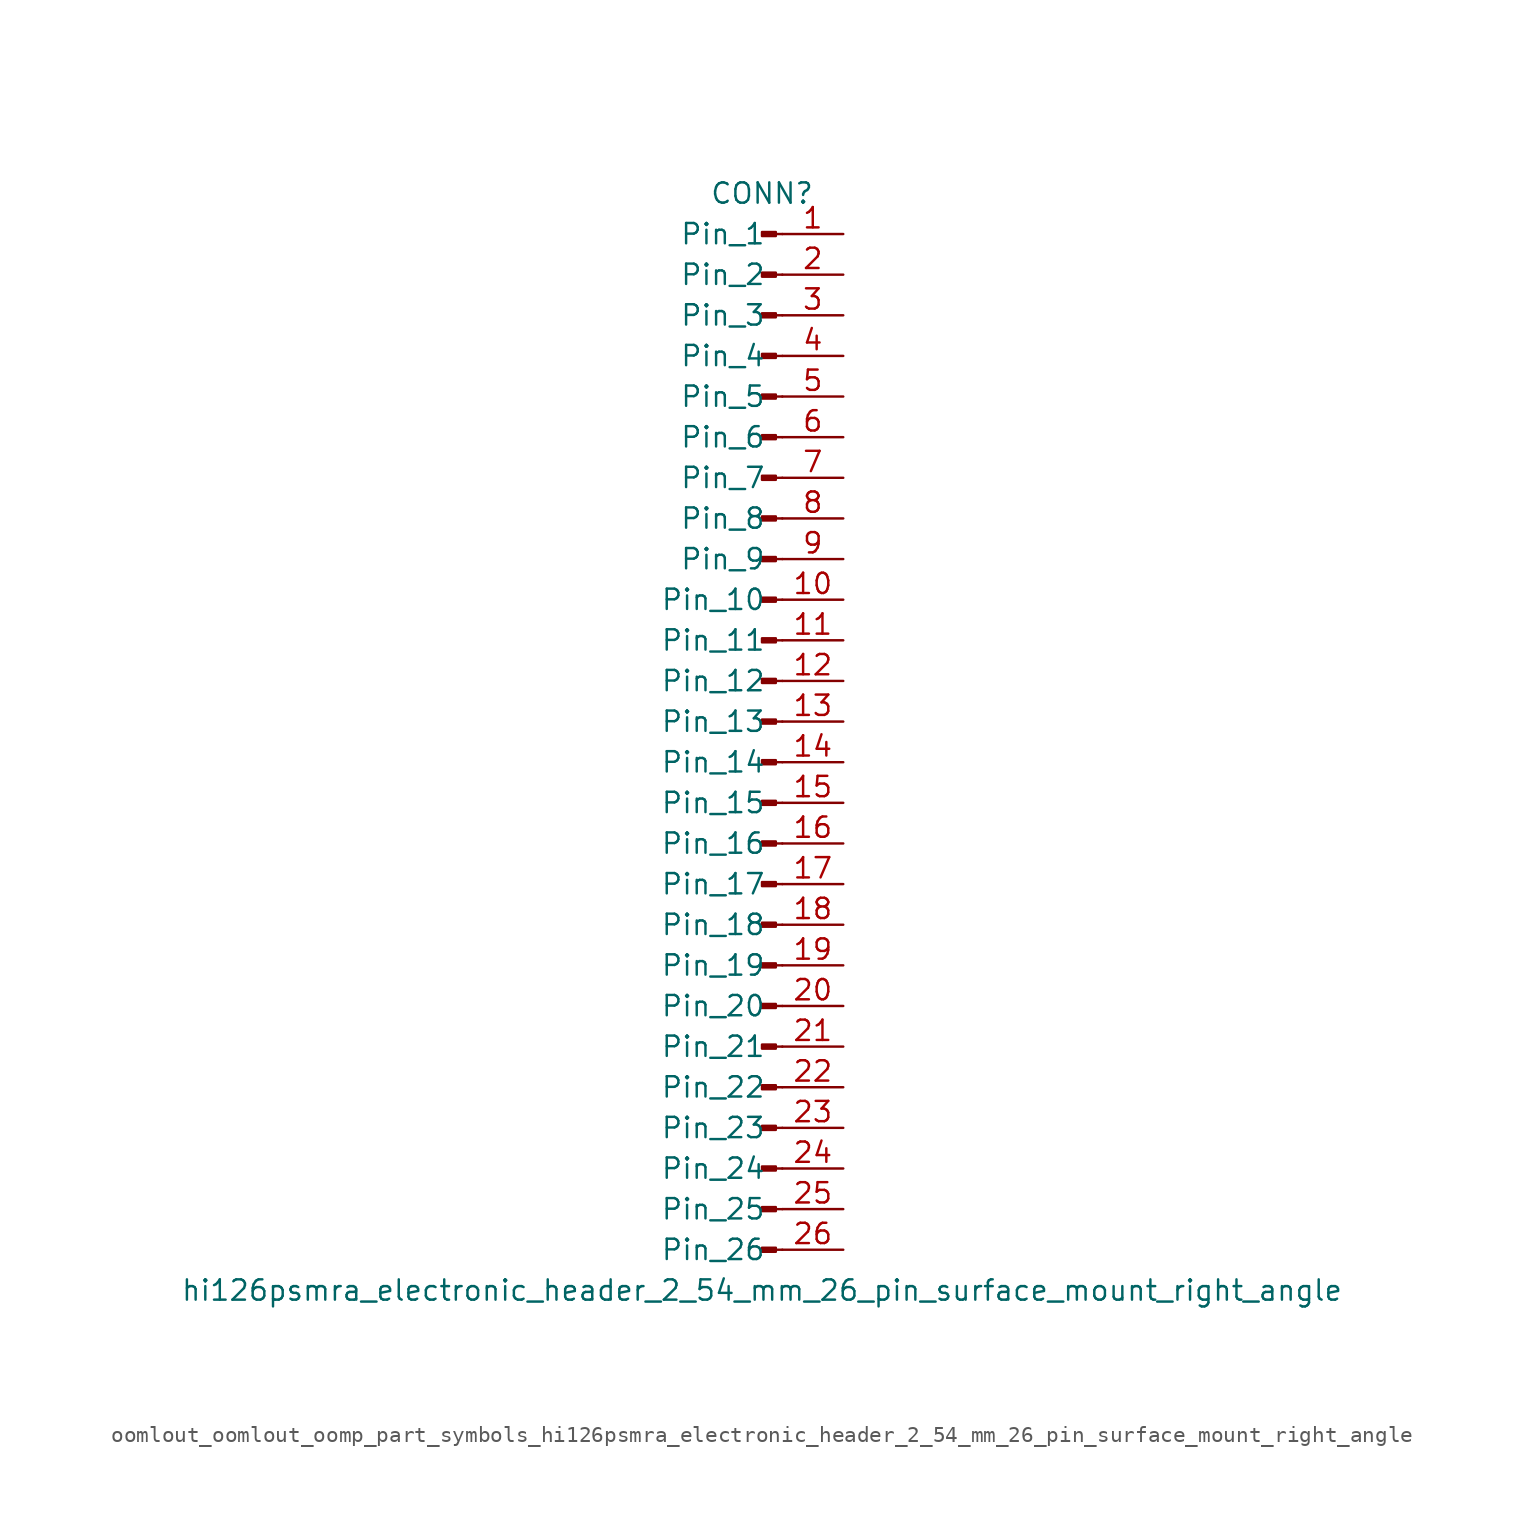
<source format=kicad_sym>
(kicad_symbol_lib
  (version 20220914)
  (generator kicad_symbol_editor)
  (symbol "oomlout_oomlout_oomp_part_symbols_hi126psmra_electronic_header_2_54_mm_26_pin_surface_mount_right_angle"
    (pin_names
      (offset 1.016))
    (property "Reference" "CONN"
      (at 0 33.02 0)
      (effects (font (size 1.27 1.27))))
    (property "Value" "hi126psmra_electronic_header_2_54_mm_26_pin_surface_mount_right_angle"
      (at 0 -35.56 0)
      (effects (font (size 1.27 1.27))))
    (property "ki_locked" ""
      (at 0 0 0)
      (effects (font (size 1.27 1.27))))
    (symbol "oomlout_oomlout_oomp_part_symbols_hi126psmra_electronic_header_2_54_mm_26_pin_surface_mount_right_angle_1_1"
      (polyline (pts (xy 1.27 -33.02) (xy 0.864 -33.02)) (stroke (width 0.152) (type default)) (fill (type none)))
      (polyline (pts (xy 1.27 -30.48) (xy 0.864 -30.48)) (stroke (width 0.152) (type default)) (fill (type none)))
      (polyline (pts (xy 1.27 -27.94) (xy 0.864 -27.94)) (stroke (width 0.152) (type default)) (fill (type none)))
      (polyline (pts (xy 1.27 -25.4) (xy 0.864 -25.4)) (stroke (width 0.152) (type default)) (fill (type none)))
      (polyline (pts (xy 1.27 -22.86) (xy 0.864 -22.86)) (stroke (width 0.152) (type default)) (fill (type none)))
      (polyline (pts (xy 1.27 -20.32) (xy 0.864 -20.32)) (stroke (width 0.152) (type default)) (fill (type none)))
      (polyline (pts (xy 1.27 -17.78) (xy 0.864 -17.78)) (stroke (width 0.152) (type default)) (fill (type none)))
      (polyline (pts (xy 1.27 -15.24) (xy 0.864 -15.24)) (stroke (width 0.152) (type default)) (fill (type none)))
      (polyline (pts (xy 1.27 -12.7) (xy 0.864 -12.7)) (stroke (width 0.152) (type default)) (fill (type none)))
      (polyline (pts (xy 1.27 -10.16) (xy 0.864 -10.16)) (stroke (width 0.152) (type default)) (fill (type none)))
      (polyline (pts (xy 1.27 -7.62) (xy 0.864 -7.62)) (stroke (width 0.152) (type default)) (fill (type none)))
      (polyline (pts (xy 1.27 -5.08) (xy 0.864 -5.08)) (stroke (width 0.152) (type default)) (fill (type none)))
      (polyline (pts (xy 1.27 -2.54) (xy 0.864 -2.54)) (stroke (width 0.152) (type default)) (fill (type none)))
      (polyline (pts (xy 1.27 0) (xy 0.864 0)) (stroke (width 0.152) (type default)) (fill (type none)))
      (polyline (pts (xy 1.27 2.54) (xy 0.864 2.54)) (stroke (width 0.152) (type default)) (fill (type none)))
      (polyline (pts (xy 1.27 5.08) (xy 0.864 5.08)) (stroke (width 0.152) (type default)) (fill (type none)))
      (polyline (pts (xy 1.27 7.62) (xy 0.864 7.62)) (stroke (width 0.152) (type default)) (fill (type none)))
      (polyline (pts (xy 1.27 10.16) (xy 0.864 10.16)) (stroke (width 0.152) (type default)) (fill (type none)))
      (polyline (pts (xy 1.27 12.7) (xy 0.864 12.7)) (stroke (width 0.152) (type default)) (fill (type none)))
      (polyline (pts (xy 1.27 15.24) (xy 0.864 15.24)) (stroke (width 0.152) (type default)) (fill (type none)))
      (polyline (pts (xy 1.27 17.78) (xy 0.864 17.78)) (stroke (width 0.152) (type default)) (fill (type none)))
      (polyline (pts (xy 1.27 20.32) (xy 0.864 20.32)) (stroke (width 0.152) (type default)) (fill (type none)))
      (polyline (pts (xy 1.27 22.86) (xy 0.864 22.86)) (stroke (width 0.152) (type default)) (fill (type none)))
      (polyline (pts (xy 1.27 25.4) (xy 0.864 25.4)) (stroke (width 0.152) (type default)) (fill (type none)))
      (polyline (pts (xy 1.27 27.94) (xy 0.864 27.94)) (stroke (width 0.152) (type default)) (fill (type none)))
      (polyline (pts (xy 1.27 30.48) (xy 0.864 30.48)) (stroke (width 0.152) (type default)) (fill (type none)))
      (rectangle (start 0.864 -32.893) (end 0 -33.147) (stroke (width 0.152) (type default)) (fill (type outline)))
      (rectangle (start 0.864 -30.353) (end 0 -30.607) (stroke (width 0.152) (type default)) (fill (type outline)))
      (rectangle (start 0.864 -27.813) (end 0 -28.067) (stroke (width 0.152) (type default)) (fill (type outline)))
      (rectangle (start 0.864 -25.273) (end 0 -25.527) (stroke (width 0.152) (type default)) (fill (type outline)))
      (rectangle (start 0.864 -22.733) (end 0 -22.987) (stroke (width 0.152) (type default)) (fill (type outline)))
      (rectangle (start 0.864 -20.193) (end 0 -20.447) (stroke (width 0.152) (type default)) (fill (type outline)))
      (rectangle (start 0.864 -17.653) (end 0 -17.907) (stroke (width 0.152) (type default)) (fill (type outline)))
      (rectangle (start 0.864 -15.113) (end 0 -15.367) (stroke (width 0.152) (type default)) (fill (type outline)))
      (rectangle (start 0.864 -12.573) (end 0 -12.827) (stroke (width 0.152) (type default)) (fill (type outline)))
      (rectangle (start 0.864 -10.033) (end 0 -10.287) (stroke (width 0.152) (type default)) (fill (type outline)))
      (rectangle (start 0.864 -7.493) (end 0 -7.747) (stroke (width 0.152) (type default)) (fill (type outline)))
      (rectangle (start 0.864 -4.953) (end 0 -5.207) (stroke (width 0.152) (type default)) (fill (type outline)))
      (rectangle (start 0.864 -2.413) (end 0 -2.667) (stroke (width 0.152) (type default)) (fill (type outline)))
      (rectangle (start 0.864 0.127) (end 0 -0.127) (stroke (width 0.152) (type default)) (fill (type outline)))
      (rectangle (start 0.864 2.667) (end 0 2.413) (stroke (width 0.152) (type default)) (fill (type outline)))
      (rectangle (start 0.864 5.207) (end 0 4.953) (stroke (width 0.152) (type default)) (fill (type outline)))
      (rectangle (start 0.864 7.747) (end 0 7.493) (stroke (width 0.152) (type default)) (fill (type outline)))
      (rectangle (start 0.864 10.287) (end 0 10.033) (stroke (width 0.152) (type default)) (fill (type outline)))
      (rectangle (start 0.864 12.827) (end 0 12.573) (stroke (width 0.152) (type default)) (fill (type outline)))
      (rectangle (start 0.864 15.367) (end 0 15.113) (stroke (width 0.152) (type default)) (fill (type outline)))
      (rectangle (start 0.864 17.907) (end 0 17.653) (stroke (width 0.152) (type default)) (fill (type outline)))
      (rectangle (start 0.864 20.447) (end 0 20.193) (stroke (width 0.152) (type default)) (fill (type outline)))
      (rectangle (start 0.864 22.987) (end 0 22.733) (stroke (width 0.152) (type default)) (fill (type outline)))
      (rectangle (start 0.864 25.527) (end 0 25.273) (stroke (width 0.152) (type default)) (fill (type outline)))
      (rectangle (start 0.864 28.067) (end 0 27.813) (stroke (width 0.152) (type default)) (fill (type outline)))
      (rectangle (start 0.864 30.607) (end 0 30.353) (stroke (width 0.152) (type default)) (fill (type outline)))
      (pin passive line (at 5.08 30.48 180) (length 3.81) (name "Pin_1" (effects (font (size 1.27 1.27)))) (number "1" (effects (font (size 1.27 1.27)))))
      (pin passive line (at 5.08 7.62 180) (length 3.81) (name "Pin_10" (effects (font (size 1.27 1.27)))) (number "10" (effects (font (size 1.27 1.27)))))
      (pin passive line (at 5.08 5.08 180) (length 3.81) (name "Pin_11" (effects (font (size 1.27 1.27)))) (number "11" (effects (font (size 1.27 1.27)))))
      (pin passive line (at 5.08 2.54 180) (length 3.81) (name "Pin_12" (effects (font (size 1.27 1.27)))) (number "12" (effects (font (size 1.27 1.27)))))
      (pin passive line (at 5.08 0 180) (length 3.81) (name "Pin_13" (effects (font (size 1.27 1.27)))) (number "13" (effects (font (size 1.27 1.27)))))
      (pin passive line (at 5.08 -2.54 180) (length 3.81) (name "Pin_14" (effects (font (size 1.27 1.27)))) (number "14" (effects (font (size 1.27 1.27)))))
      (pin passive line (at 5.08 -5.08 180) (length 3.81) (name "Pin_15" (effects (font (size 1.27 1.27)))) (number "15" (effects (font (size 1.27 1.27)))))
      (pin passive line (at 5.08 -7.62 180) (length 3.81) (name "Pin_16" (effects (font (size 1.27 1.27)))) (number "16" (effects (font (size 1.27 1.27)))))
      (pin passive line (at 5.08 -10.16 180) (length 3.81) (name "Pin_17" (effects (font (size 1.27 1.27)))) (number "17" (effects (font (size 1.27 1.27)))))
      (pin passive line (at 5.08 -12.7 180) (length 3.81) (name "Pin_18" (effects (font (size 1.27 1.27)))) (number "18" (effects (font (size 1.27 1.27)))))
      (pin passive line (at 5.08 -15.24 180) (length 3.81) (name "Pin_19" (effects (font (size 1.27 1.27)))) (number "19" (effects (font (size 1.27 1.27)))))
      (pin passive line (at 5.08 27.94 180) (length 3.81) (name "Pin_2" (effects (font (size 1.27 1.27)))) (number "2" (effects (font (size 1.27 1.27)))))
      (pin passive line (at 5.08 -17.78 180) (length 3.81) (name "Pin_20" (effects (font (size 1.27 1.27)))) (number "20" (effects (font (size 1.27 1.27)))))
      (pin passive line (at 5.08 -20.32 180) (length 3.81) (name "Pin_21" (effects (font (size 1.27 1.27)))) (number "21" (effects (font (size 1.27 1.27)))))
      (pin passive line (at 5.08 -22.86 180) (length 3.81) (name "Pin_22" (effects (font (size 1.27 1.27)))) (number "22" (effects (font (size 1.27 1.27)))))
      (pin passive line (at 5.08 -25.4 180) (length 3.81) (name "Pin_23" (effects (font (size 1.27 1.27)))) (number "23" (effects (font (size 1.27 1.27)))))
      (pin passive line (at 5.08 -27.94 180) (length 3.81) (name "Pin_24" (effects (font (size 1.27 1.27)))) (number "24" (effects (font (size 1.27 1.27)))))
      (pin passive line (at 5.08 -30.48 180) (length 3.81) (name "Pin_25" (effects (font (size 1.27 1.27)))) (number "25" (effects (font (size 1.27 1.27)))))
      (pin passive line (at 5.08 -33.02 180) (length 3.81) (name "Pin_26" (effects (font (size 1.27 1.27)))) (number "26" (effects (font (size 1.27 1.27)))))
      (pin passive line (at 5.08 25.4 180) (length 3.81) (name "Pin_3" (effects (font (size 1.27 1.27)))) (number "3" (effects (font (size 1.27 1.27)))))
      (pin passive line (at 5.08 22.86 180) (length 3.81) (name "Pin_4" (effects (font (size 1.27 1.27)))) (number "4" (effects (font (size 1.27 1.27)))))
      (pin passive line (at 5.08 20.32 180) (length 3.81) (name "Pin_5" (effects (font (size 1.27 1.27)))) (number "5" (effects (font (size 1.27 1.27)))))
      (pin passive line (at 5.08 17.78 180) (length 3.81) (name "Pin_6" (effects (font (size 1.27 1.27)))) (number "6" (effects (font (size 1.27 1.27)))))
      (pin passive line (at 5.08 15.24 180) (length 3.81) (name "Pin_7" (effects (font (size 1.27 1.27)))) (number "7" (effects (font (size 1.27 1.27)))))
      (pin passive line (at 5.08 12.7 180) (length 3.81) (name "Pin_8" (effects (font (size 1.27 1.27)))) (number "8" (effects (font (size 1.27 1.27)))))
      (pin passive line (at 5.08 10.16 180) (length 3.81) (name "Pin_9" (effects (font (size 1.27 1.27)))) (number "9" (effects (font (size 1.27 1.27))))))))
</source>
